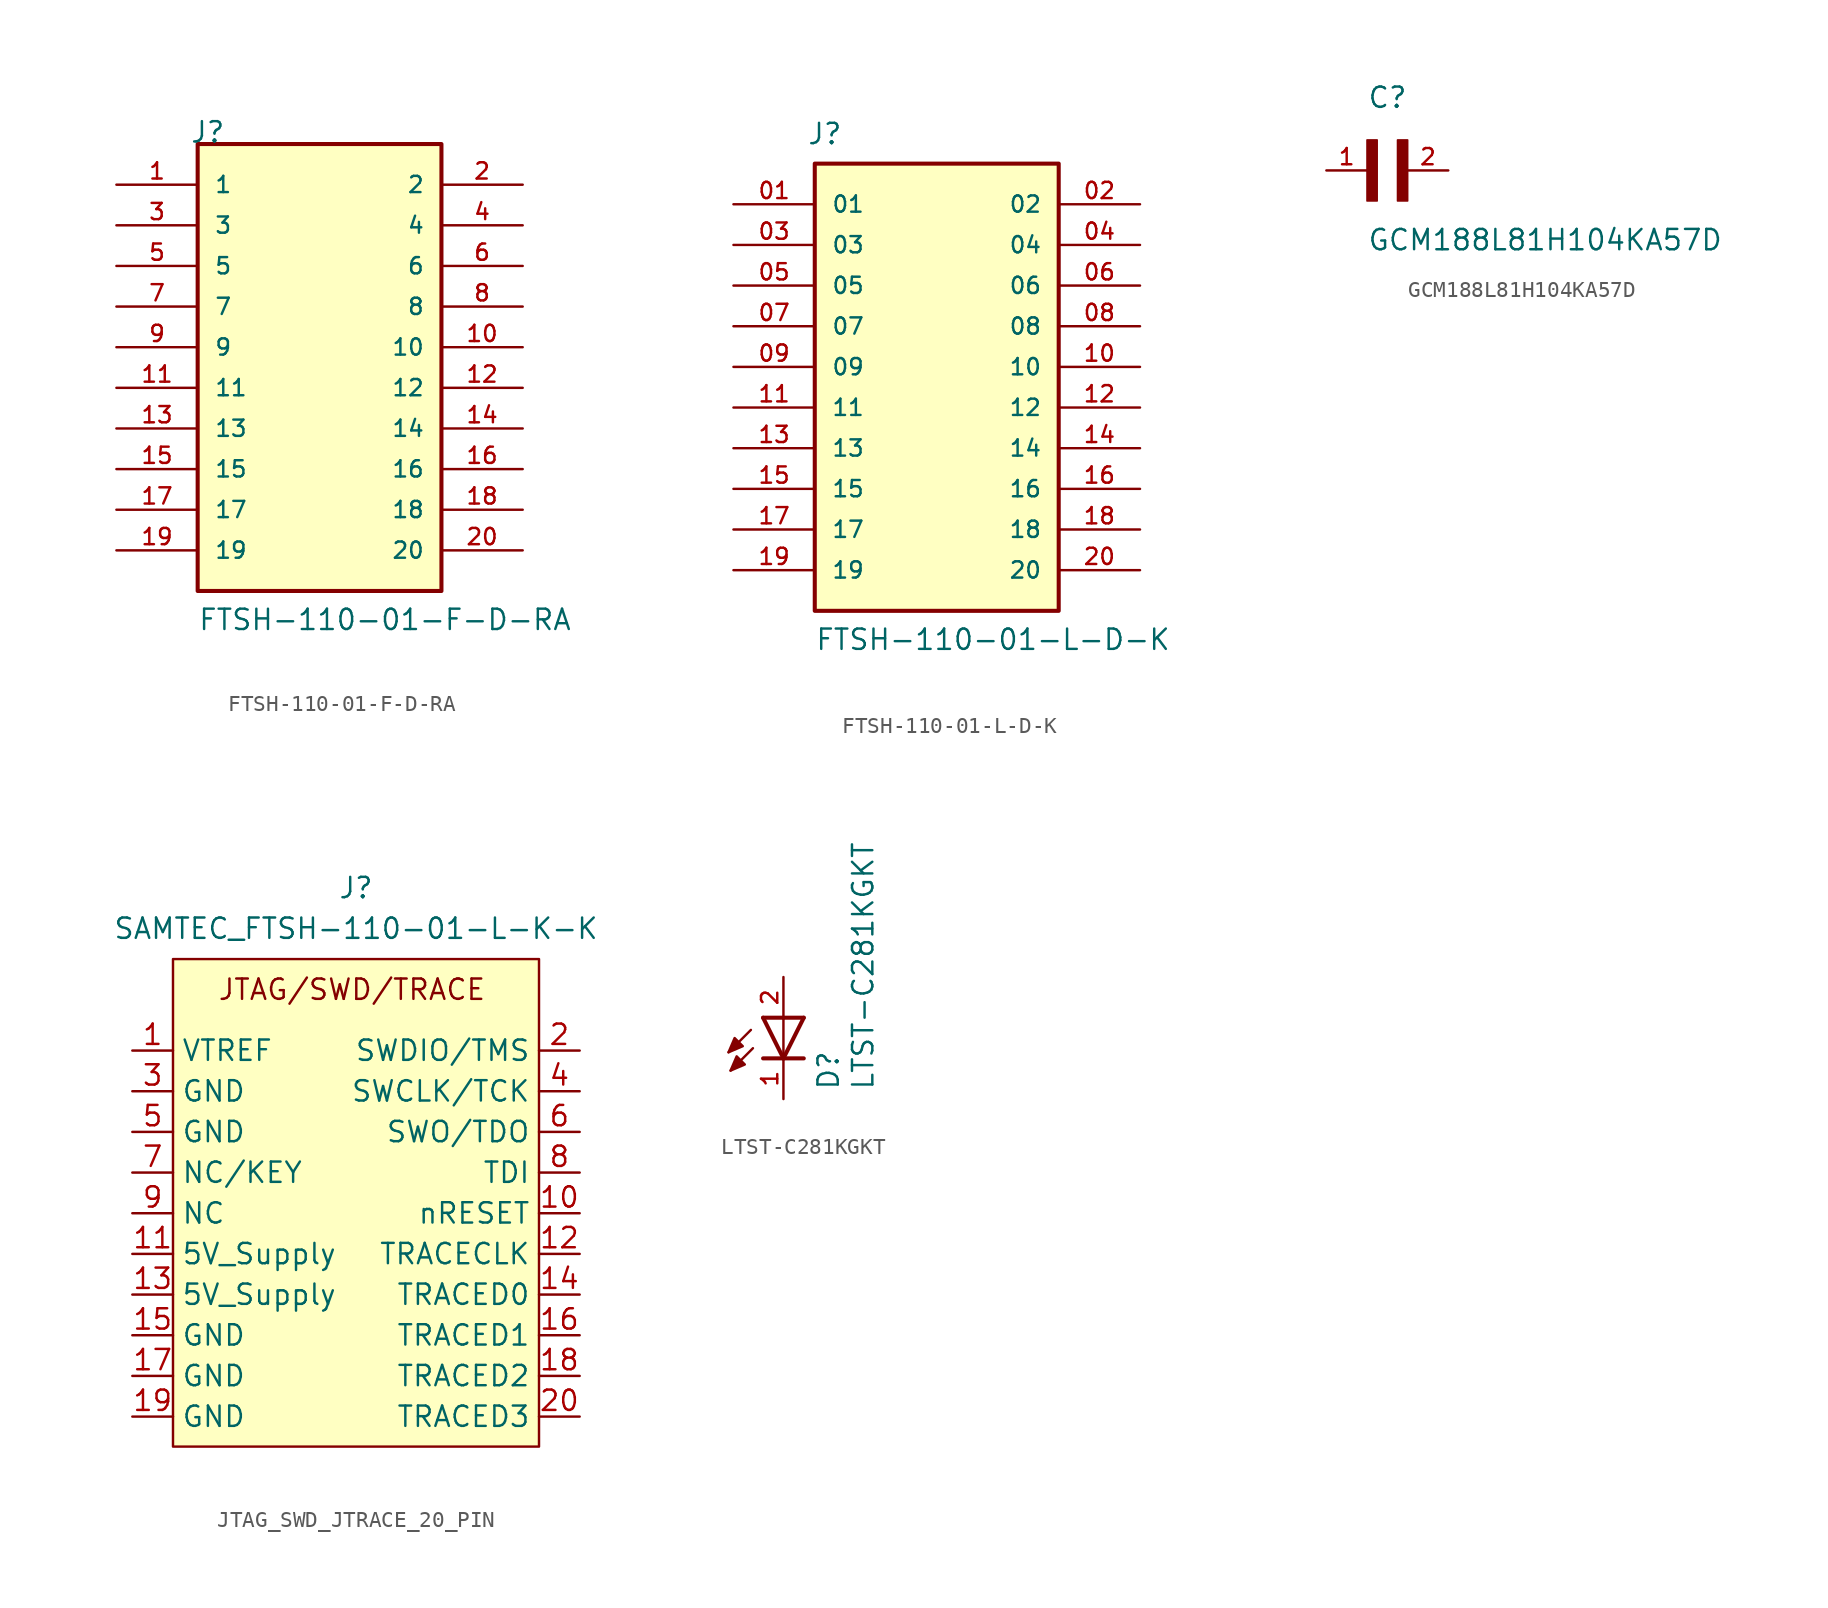
<source format=kicad_sym>
(kicad_symbol_lib
  (version 20231120)
  (generator "kicad_symbol_editor")
  (generator_version "8.0")
  (symbol "FTSH-110-01-F-D-RA"
    (pin_names
      (offset 1.016))
    (property "Reference" "J"
      (at -8.12 15.24 0)
      (effects (font (size 1.27 1.27)) (justify left bottom)))
    (property "Value" "FTSH-110-01-F-D-RA"
      (at -7.62 -15.24 0)
      (effects (font (size 1.27 1.27)) (justify left bottom)))
    (symbol "FTSH-110-01-F-D-RA_0_0"
      (rectangle (start -7.62 -12.7) (end 7.62 15.24) (stroke (width 0.254) (type default)) (fill (type background)))
      (pin passive line (at -12.7 12.7 0) (length 5.08) (name "1" (effects (font (size 1.016 1.016)))) (number "1" (effects (font (size 1.016 1.016)))))
      (pin passive line (at 12.7 2.54 180) (length 5.08) (name "10" (effects (font (size 1.016 1.016)))) (number "10" (effects (font (size 1.016 1.016)))))
      (pin passive line (at -12.7 0 0) (length 5.08) (name "11" (effects (font (size 1.016 1.016)))) (number "11" (effects (font (size 1.016 1.016)))))
      (pin passive line (at 12.7 0 180) (length 5.08) (name "12" (effects (font (size 1.016 1.016)))) (number "12" (effects (font (size 1.016 1.016)))))
      (pin passive line (at -12.7 -2.54 0) (length 5.08) (name "13" (effects (font (size 1.016 1.016)))) (number "13" (effects (font (size 1.016 1.016)))))
      (pin passive line (at 12.7 -2.54 180) (length 5.08) (name "14" (effects (font (size 1.016 1.016)))) (number "14" (effects (font (size 1.016 1.016)))))
      (pin passive line (at -12.7 -5.08 0) (length 5.08) (name "15" (effects (font (size 1.016 1.016)))) (number "15" (effects (font (size 1.016 1.016)))))
      (pin passive line (at 12.7 -5.08 180) (length 5.08) (name "16" (effects (font (size 1.016 1.016)))) (number "16" (effects (font (size 1.016 1.016)))))
      (pin passive line (at -12.7 -7.62 0) (length 5.08) (name "17" (effects (font (size 1.016 1.016)))) (number "17" (effects (font (size 1.016 1.016)))))
      (pin passive line (at 12.7 -7.62 180) (length 5.08) (name "18" (effects (font (size 1.016 1.016)))) (number "18" (effects (font (size 1.016 1.016)))))
      (pin passive line (at -12.7 -10.16 0) (length 5.08) (name "19" (effects (font (size 1.016 1.016)))) (number "19" (effects (font (size 1.016 1.016)))))
      (pin passive line (at 12.7 12.7 180) (length 5.08) (name "2" (effects (font (size 1.016 1.016)))) (number "2" (effects (font (size 1.016 1.016)))))
      (pin passive line (at 12.7 -10.16 180) (length 5.08) (name "20" (effects (font (size 1.016 1.016)))) (number "20" (effects (font (size 1.016 1.016)))))
      (pin passive line (at -12.7 10.16 0) (length 5.08) (name "3" (effects (font (size 1.016 1.016)))) (number "3" (effects (font (size 1.016 1.016)))))
      (pin passive line (at 12.7 10.16 180) (length 5.08) (name "4" (effects (font (size 1.016 1.016)))) (number "4" (effects (font (size 1.016 1.016)))))
      (pin passive line (at -12.7 7.62 0) (length 5.08) (name "5" (effects (font (size 1.016 1.016)))) (number "5" (effects (font (size 1.016 1.016)))))
      (pin passive line (at 12.7 7.62 180) (length 5.08) (name "6" (effects (font (size 1.016 1.016)))) (number "6" (effects (font (size 1.016 1.016)))))
      (pin passive line (at -12.7 5.08 0) (length 5.08) (name "7" (effects (font (size 1.016 1.016)))) (number "7" (effects (font (size 1.016 1.016)))))
      (pin passive line (at 12.7 5.08 180) (length 5.08) (name "8" (effects (font (size 1.016 1.016)))) (number "8" (effects (font (size 1.016 1.016)))))
      (pin passive line (at -12.7 2.54 0) (length 5.08) (name "9" (effects (font (size 1.016 1.016)))) (number "9" (effects (font (size 1.016 1.016)))))))
  (symbol "FTSH-110-01-L-D-K"
    (pin_names
      (offset 1.016))
    (property "Reference" "J"
      (at -8.12 13.816 0)
      (effects (font (size 1.27 1.27)) (justify left bottom)))
    (property "Value" "FTSH-110-01-L-D-K"
      (at -7.62 -17.78 0)
      (effects (font (size 1.27 1.27)) (justify left bottom)))
    (symbol "FTSH-110-01-L-D-K_0_0"
      (rectangle (start -7.62 -15.24) (end 7.62 12.7) (stroke (width 0.254) (type default)) (fill (type background)))
      (pin passive line (at -12.7 10.16 0) (length 5.08) (name "01" (effects (font (size 1.016 1.016)))) (number "01" (effects (font (size 1.016 1.016)))))
      (pin passive line (at 12.7 10.16 180) (length 5.08) (name "02" (effects (font (size 1.016 1.016)))) (number "02" (effects (font (size 1.016 1.016)))))
      (pin passive line (at -12.7 7.62 0) (length 5.08) (name "03" (effects (font (size 1.016 1.016)))) (number "03" (effects (font (size 1.016 1.016)))))
      (pin passive line (at 12.7 7.62 180) (length 5.08) (name "04" (effects (font (size 1.016 1.016)))) (number "04" (effects (font (size 1.016 1.016)))))
      (pin passive line (at -12.7 5.08 0) (length 5.08) (name "05" (effects (font (size 1.016 1.016)))) (number "05" (effects (font (size 1.016 1.016)))))
      (pin passive line (at 12.7 5.08 180) (length 5.08) (name "06" (effects (font (size 1.016 1.016)))) (number "06" (effects (font (size 1.016 1.016)))))
      (pin passive line (at -12.7 2.54 0) (length 5.08) (name "07" (effects (font (size 1.016 1.016)))) (number "07" (effects (font (size 1.016 1.016)))))
      (pin passive line (at 12.7 2.54 180) (length 5.08) (name "08" (effects (font (size 1.016 1.016)))) (number "08" (effects (font (size 1.016 1.016)))))
      (pin passive line (at -12.7 0 0) (length 5.08) (name "09" (effects (font (size 1.016 1.016)))) (number "09" (effects (font (size 1.016 1.016)))))
      (pin passive line (at 12.7 0 180) (length 5.08) (name "10" (effects (font (size 1.016 1.016)))) (number "10" (effects (font (size 1.016 1.016)))))
      (pin passive line (at -12.7 -2.54 0) (length 5.08) (name "11" (effects (font (size 1.016 1.016)))) (number "11" (effects (font (size 1.016 1.016)))))
      (pin passive line (at 12.7 -2.54 180) (length 5.08) (name "12" (effects (font (size 1.016 1.016)))) (number "12" (effects (font (size 1.016 1.016)))))
      (pin passive line (at -12.7 -5.08 0) (length 5.08) (name "13" (effects (font (size 1.016 1.016)))) (number "13" (effects (font (size 1.016 1.016)))))
      (pin passive line (at 12.7 -5.08 180) (length 5.08) (name "14" (effects (font (size 1.016 1.016)))) (number "14" (effects (font (size 1.016 1.016)))))
      (pin passive line (at -12.7 -7.62 0) (length 5.08) (name "15" (effects (font (size 1.016 1.016)))) (number "15" (effects (font (size 1.016 1.016)))))
      (pin passive line (at 12.7 -7.62 180) (length 5.08) (name "16" (effects (font (size 1.016 1.016)))) (number "16" (effects (font (size 1.016 1.016)))))
      (pin passive line (at -12.7 -10.16 0) (length 5.08) (name "17" (effects (font (size 1.016 1.016)))) (number "17" (effects (font (size 1.016 1.016)))))
      (pin passive line (at 12.7 -10.16 180) (length 5.08) (name "18" (effects (font (size 1.016 1.016)))) (number "18" (effects (font (size 1.016 1.016)))))
      (pin passive line (at -12.7 -12.7 0) (length 5.08) (name "19" (effects (font (size 1.016 1.016)))) (number "19" (effects (font (size 1.016 1.016)))))
      (pin passive line (at 12.7 -12.7 180) (length 5.08) (name "20" (effects (font (size 1.016 1.016)))) (number "20" (effects (font (size 1.016 1.016)))))))
  (symbol "GCM188L81H104KA57D"
    (pin_names
      (offset 1.016))
    (property "Reference" "C"
      (at 0 3.811 0)
      (effects (font (size 1.27 1.27)) (justify left bottom)))
    (property "Value" "GCM188L81H104KA57D"
      (at 0 -5.088 0)
      (effects (font (size 1.27 1.27)) (justify left bottom)))
    (symbol "GCM188L81H104KA57D_0_0"
      (rectangle (start 0 -1.907) (end 0.635 1.905) (stroke (width 0.1) (type default)) (fill (type outline)))
      (rectangle (start 1.907 -1.907) (end 2.54 1.905) (stroke (width 0.1) (type default)) (fill (type outline)))
      (pin passive line (at -2.54 0 0) (length 2.54) (name "~" (effects (font (size 1.016 1.016)))) (number "1" (effects (font (size 1.016 1.016)))))
      (pin passive line (at 5.08 0 180) (length 2.54) (name "~" (effects (font (size 1.016 1.016)))) (number "2" (effects (font (size 1.016 1.016)))))))
  (symbol "JTAG_SWD_JTRACE_20_PIN"
    (property "Reference" "J"
      (at 0 2.54 0)
      (effects (font (size 1.27 1.27))))
    (property "Value" "SAMTEC_FTSH-110-01-L-K-K"
      (at 0 0 0)
      (effects (font (size 1.27 1.27))))
    (symbol "JTAG_SWD_JTRACE_20_PIN_0_1"
      (rectangle (start -11.43 -1.905) (end 11.43 -32.355) (stroke (width 0) (type default)) (fill (type background))))
    (symbol "JTAG_SWD_JTRACE_20_PIN_1_1"
      (text "JTAG/SWD/TRACE" (at -0.254 -3.81 0) (effects (font (size 1.27 1.27))))
      (pin unspecified line (at -13.97 -7.62 0) (length 2.54) (name "VTREF" (effects (font (size 1.27 1.27)))) (number "1" (effects (font (size 1.27 1.27)))))
      (pin unspecified line (at 13.97 -17.78 180) (length 2.54) (name "nRESET" (effects (font (size 1.27 1.27)))) (number "10" (effects (font (size 1.27 1.27)))))
      (pin unspecified line (at -13.97 -20.32 0) (length 2.54) (name "5V_Supply" (effects (font (size 1.27 1.27)))) (number "11" (effects (font (size 1.27 1.27)))))
      (pin unspecified line (at 13.97 -20.32 180) (length 2.54) (name "TRACECLK" (effects (font (size 1.27 1.27)))) (number "12" (effects (font (size 1.27 1.27)))))
      (pin unspecified line (at -13.97 -22.86 0) (length 2.54) (name "5V_Supply" (effects (font (size 1.27 1.27)))) (number "13" (effects (font (size 1.27 1.27)))))
      (pin unspecified line (at 13.97 -22.86 180) (length 2.54) (name "TRACED0" (effects (font (size 1.27 1.27)))) (number "14" (effects (font (size 1.27 1.27)))))
      (pin unspecified line (at -13.97 -25.4 0) (length 2.54) (name "GND" (effects (font (size 1.27 1.27)))) (number "15" (effects (font (size 1.27 1.27)))))
      (pin unspecified line (at 13.97 -25.4 180) (length 2.54) (name "TRACED1" (effects (font (size 1.27 1.27)))) (number "16" (effects (font (size 1.27 1.27)))))
      (pin unspecified line (at -13.97 -27.94 0) (length 2.54) (name "GND" (effects (font (size 1.27 1.27)))) (number "17" (effects (font (size 1.27 1.27)))))
      (pin unspecified line (at 13.97 -27.94 180) (length 2.54) (name "TRACED2" (effects (font (size 1.27 1.27)))) (number "18" (effects (font (size 1.27 1.27)))))
      (pin unspecified line (at -13.97 -30.48 0) (length 2.54) (name "GND" (effects (font (size 1.27 1.27)))) (number "19" (effects (font (size 1.27 1.27)))))
      (pin unspecified line (at 13.97 -7.62 180) (length 2.54) (name "SWDIO/TMS" (effects (font (size 1.27 1.27)))) (number "2" (effects (font (size 1.27 1.27)))))
      (pin unspecified line (at 13.97 -30.48 180) (length 2.54) (name "TRACED3" (effects (font (size 1.27 1.27)))) (number "20" (effects (font (size 1.27 1.27)))))
      (pin unspecified line (at -13.97 -10.16 0) (length 2.54) (name "GND" (effects (font (size 1.27 1.27)))) (number "3" (effects (font (size 1.27 1.27)))))
      (pin unspecified line (at 13.97 -10.16 180) (length 2.54) (name "SWCLK/TCK" (effects (font (size 1.27 1.27)))) (number "4" (effects (font (size 1.27 1.27)))))
      (pin unspecified line (at -13.97 -12.7 0) (length 2.54) (name "GND" (effects (font (size 1.27 1.27)))) (number "5" (effects (font (size 1.27 1.27)))))
      (pin unspecified line (at 13.97 -12.7 180) (length 2.54) (name "SWO/TDO" (effects (font (size 1.27 1.27)))) (number "6" (effects (font (size 1.27 1.27)))))
      (pin unspecified line (at -13.97 -15.24 0) (length 2.54) (name "NC/KEY" (effects (font (size 1.27 1.27)))) (number "7" (effects (font (size 1.27 1.27)))))
      (pin unspecified line (at 13.97 -15.24 180) (length 2.54) (name "TDI" (effects (font (size 1.27 1.27)))) (number "8" (effects (font (size 1.27 1.27)))))
      (pin unspecified line (at -13.97 -17.78 0) (length 2.54) (name "NC" (effects (font (size 1.27 1.27)))) (number "9" (effects (font (size 1.27 1.27)))))))
  (symbol "LTST-C281KGKT"
    (pin_names
      (offset 1.016))
    (property "Reference" "D"
      (at 3.556 -4.572 90)
      (effects (font (size 1.27 1.27)) (justify left bottom)))
    (property "Value" "LTST-C281KGKT"
      (at 5.715 -4.572 90)
      (effects (font (size 1.27 1.27)) (justify left bottom)))
    (symbol "LTST-C281KGKT_0_0"
      (polyline (pts (xy -2.032 -0.762) (xy -3.429 -2.159)) (stroke (width 0.152) (type default)) (fill (type none)))
      (polyline (pts (xy -1.905 -1.905) (xy -3.302 -3.302)) (stroke (width 0.152) (type default)) (fill (type none)))
      (polyline (pts (xy 0 -2.54) (xy -1.27 -2.54)) (stroke (width 0.254) (type default)) (fill (type none)))
      (polyline (pts (xy 0 -2.54) (xy -1.27 0)) (stroke (width 0.254) (type default)) (fill (type none)))
      (polyline (pts (xy 0 0) (xy -1.27 0)) (stroke (width 0.254) (type default)) (fill (type none)))
      (polyline (pts (xy 0 0) (xy 0 -2.54)) (stroke (width 0.152) (type default)) (fill (type none)))
      (polyline (pts (xy 1.27 -2.54) (xy 0 -2.54)) (stroke (width 0.254) (type default)) (fill (type none)))
      (polyline (pts (xy 1.27 0) (xy 0 -2.54)) (stroke (width 0.254) (type default)) (fill (type none)))
      (polyline (pts (xy 1.27 0) (xy 0 0)) (stroke (width 0.254) (type default)) (fill (type none)))
      (polyline (pts (xy -3.429 -2.159) (xy -3.048 -1.27) (xy -2.54 -1.778) (xy -3.429 -2.159)) (stroke (width 0.152) (type default)) (fill (type outline)))
      (polyline (pts (xy -3.302 -3.302) (xy -2.921 -2.413) (xy -2.413 -2.921) (xy -3.302 -3.302)) (stroke (width 0.152) (type default)) (fill (type outline)))
      (pin passive line (at 0 -5.08 90) (length 2.54) (name "~" (effects (font (size 1.016 1.016)))) (number "1" (effects (font (size 1.016 1.016)))))
      (pin passive line (at 0 2.54 270) (length 2.54) (name "~" (effects (font (size 1.016 1.016)))) (number "2" (effects (font (size 1.016 1.016))))))))
</source>
